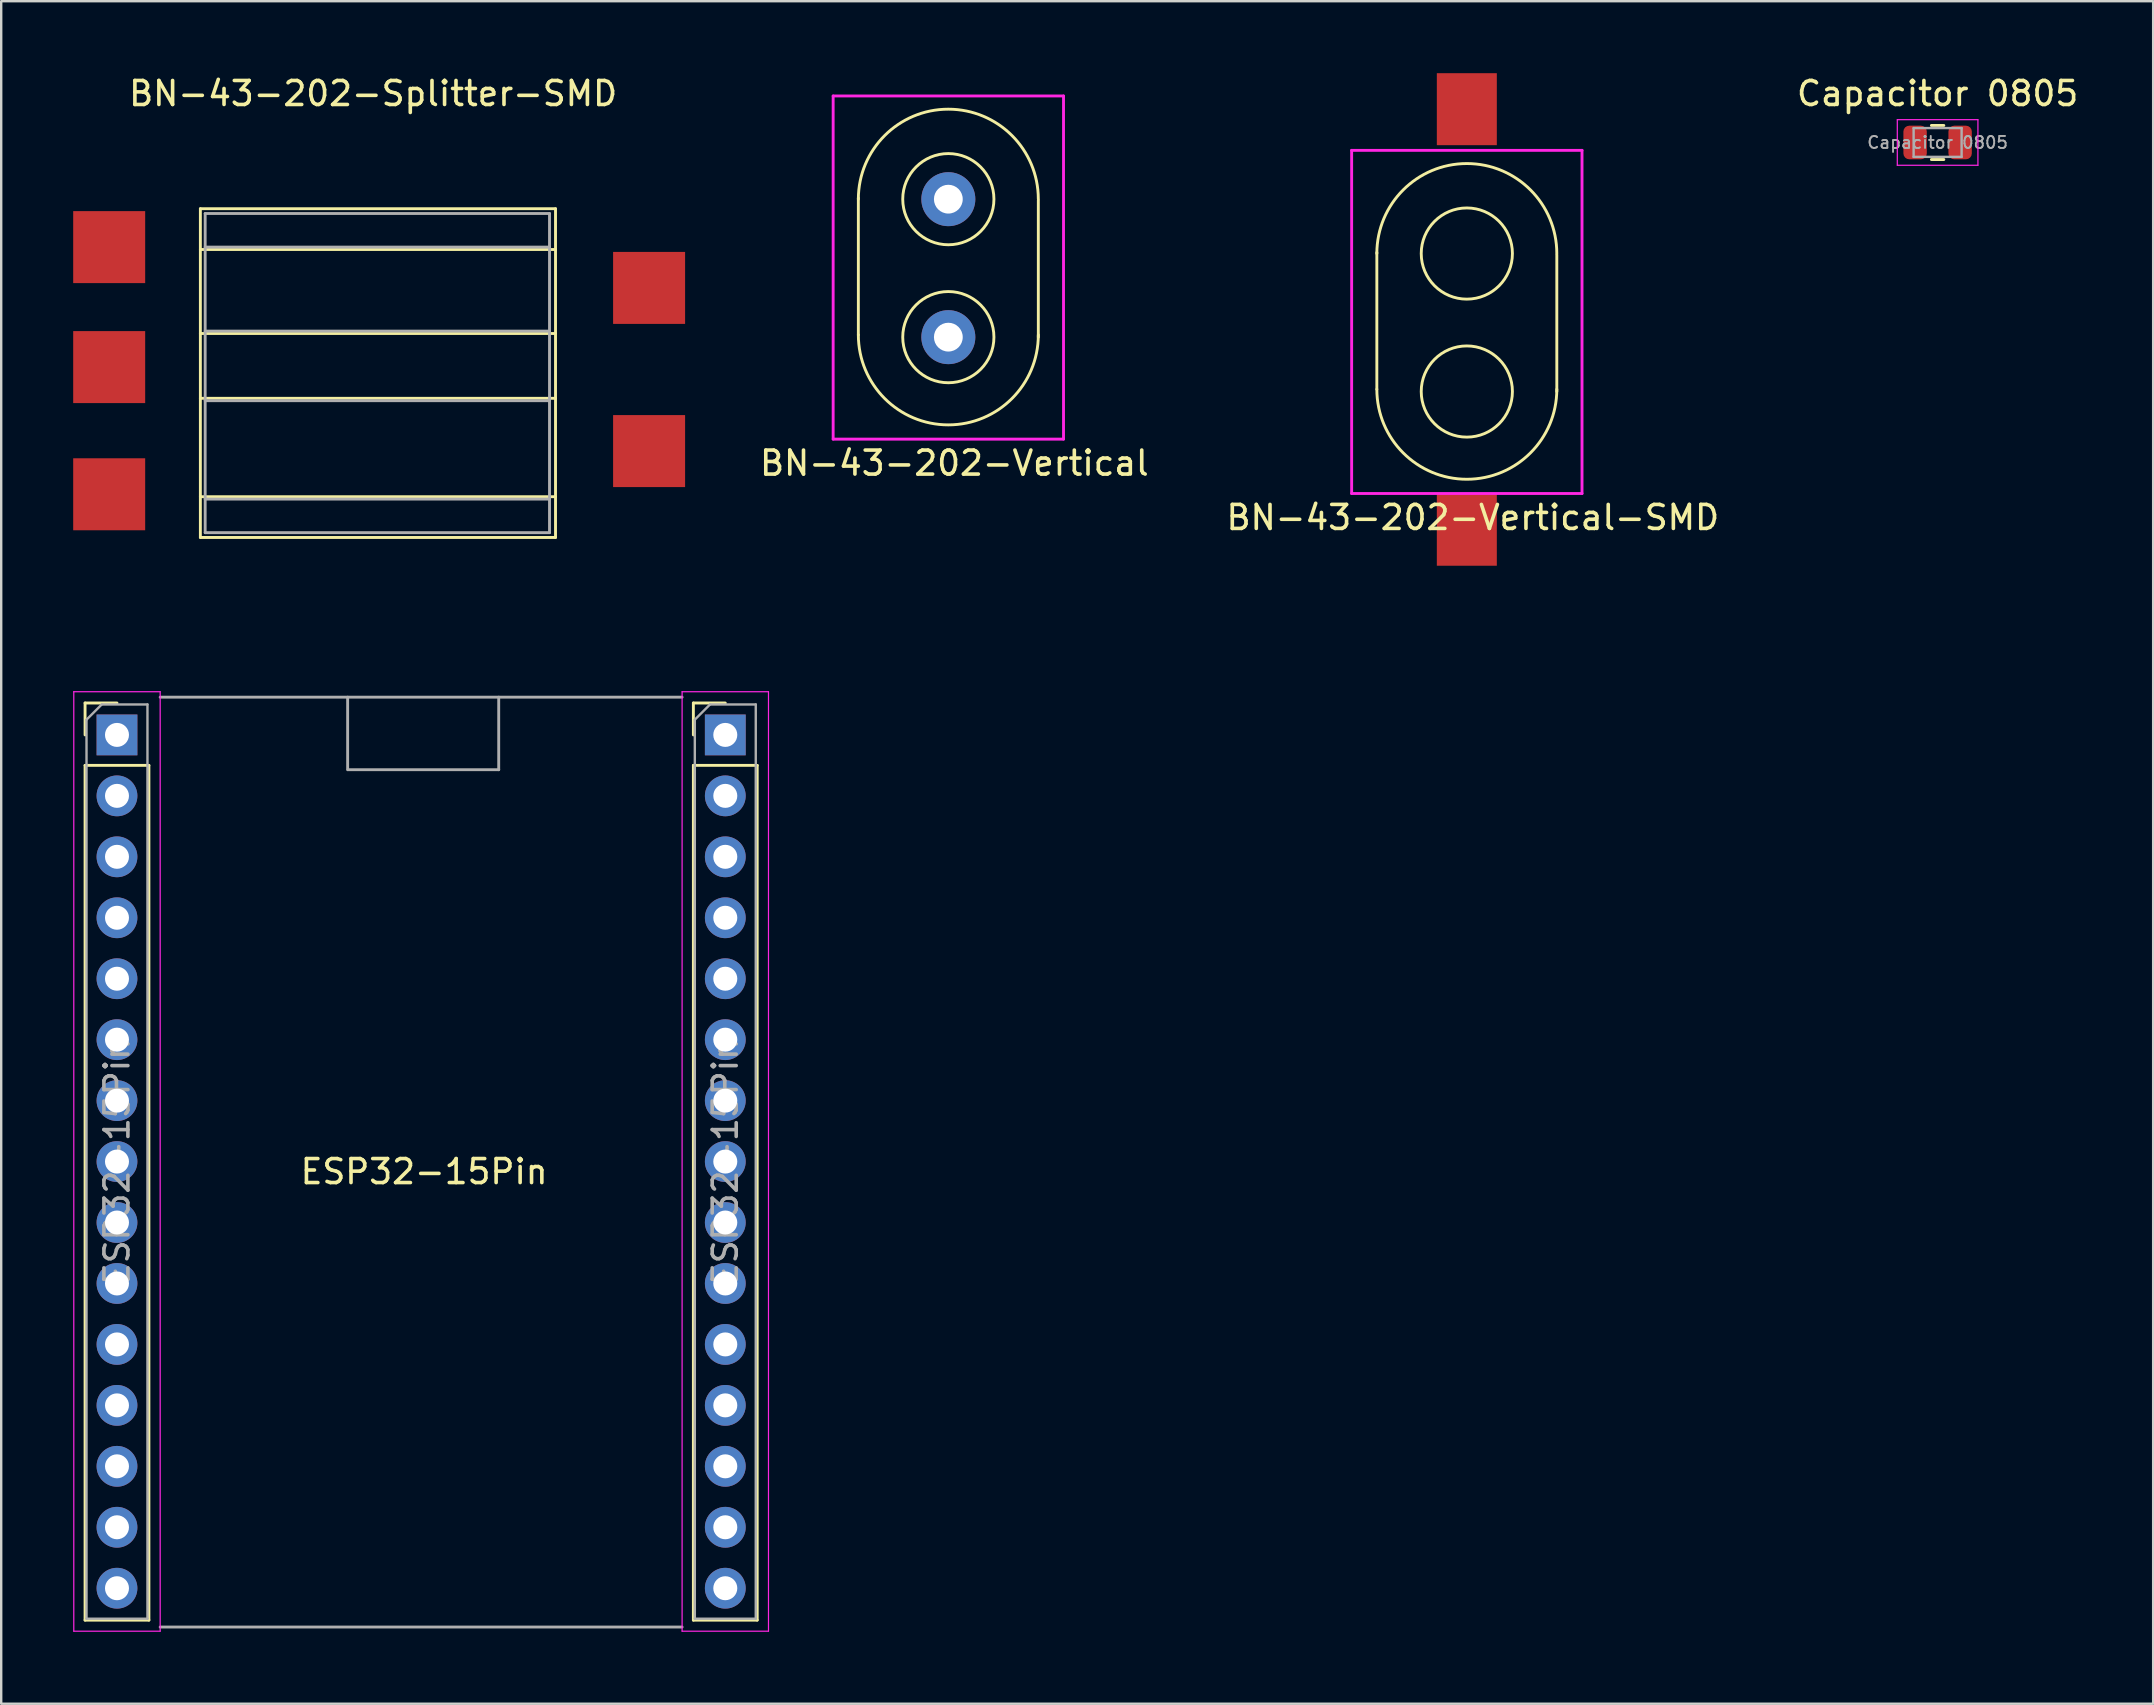
<source format=kicad_pcb>
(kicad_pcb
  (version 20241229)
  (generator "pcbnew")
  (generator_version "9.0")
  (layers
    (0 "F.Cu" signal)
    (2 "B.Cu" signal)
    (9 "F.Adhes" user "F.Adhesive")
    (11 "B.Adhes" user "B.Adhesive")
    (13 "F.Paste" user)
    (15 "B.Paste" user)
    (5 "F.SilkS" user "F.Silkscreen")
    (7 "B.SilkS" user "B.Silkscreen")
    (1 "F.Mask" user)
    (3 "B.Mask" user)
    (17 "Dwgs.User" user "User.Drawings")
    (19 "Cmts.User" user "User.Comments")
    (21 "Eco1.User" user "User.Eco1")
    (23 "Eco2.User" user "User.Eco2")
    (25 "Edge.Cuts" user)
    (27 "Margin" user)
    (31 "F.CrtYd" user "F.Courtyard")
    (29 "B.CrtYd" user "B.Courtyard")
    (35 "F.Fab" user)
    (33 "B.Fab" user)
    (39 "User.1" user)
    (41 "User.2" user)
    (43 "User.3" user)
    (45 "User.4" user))
  (footprint "BN-43-202-Splitter-SMD"
    (layer "F.Cu")
    (at 12.5 0.348)
    (property "Reference" "BN-43-202-Splitter-SMD" (at 0 0.5 0) (layer "F.SilkS") (effects (font (size 1 1) (thickness 0.15))))
    (attr through_hole)
    (fp_line (start -7.2 5.3) (end 7.6 5.3) (stroke (width 0.12) (type solid)) (layer "F.SilkS"))
    (fp_line (start -7.2 7) (end 7.6 7) (stroke (width 0.12) (type solid)) (layer "F.SilkS"))
    (fp_line (start -7.2 10.5) (end 7.6 10.5) (stroke (width 0.12) (type solid)) (layer "F.SilkS"))
    (fp_line (start -7.2 13.2) (end 7.6 13.2) (stroke (width 0.12) (type solid)) (layer "F.SilkS"))
    (fp_line (start -7.2 17.3) (end 7.6 17.3) (stroke (width 0.12) (type solid)) (layer "F.SilkS"))
    (fp_line (start -7.2 19) (end -7.2 5.3) (stroke (width 0.12) (type solid)) (layer "F.SilkS"))
    (fp_line (start 7.6 5.3) (end 7.6 19) (stroke (width 0.12) (type solid)) (layer "F.SilkS"))
    (fp_line (start 7.6 19) (end -7.2 19) (stroke (width 0.12) (type solid)) (layer "F.SilkS"))
    (fp_line (start -7 5.5) (end -7 18.8) (stroke (width 0.12) (type solid)) (layer "F.Fab"))
    (fp_line (start -7 5.5) (end 7.35 5.5) (stroke (width 0.12) (type solid)) (layer "F.Fab"))
    (fp_line (start -7 6.9) (end 7.35 6.9) (stroke (width 0.12) (type solid)) (layer "F.Fab"))
    (fp_line (start -7 10.4) (end 7.35 10.4) (stroke (width 0.12) (type solid)) (layer "F.Fab"))
    (fp_line (start -7 13.3) (end 7.35 13.3) (stroke (width 0.12) (type solid)) (layer "F.Fab"))
    (fp_line (start -7 17.4) (end 7.35 17.4) (stroke (width 0.12) (type solid)) (layer "F.Fab"))
    (fp_line (start -7 18.8) (end 7.35 18.8) (stroke (width 0.12) (type solid)) (layer "F.Fab"))
    (fp_line (start 7.35 5.5) (end 7.35 18.8) (stroke (width 0.12) (type solid)) (layer "F.Fab"))
    (pad "1" smd rect (at -11 6.9) (size 3 3) (layers "F.Cu" "F.Mask" "F.Paste"))
    (pad "2" smd rect (at -11 17.2) (size 3 3) (layers "F.Cu" "F.Mask" "F.Paste"))
    (pad "3" smd rect (at 11.5 8.6) (size 3 3) (layers "F.Cu" "F.Mask" "F.Paste"))
    (pad "4" smd rect (at -11 11.9) (size 3 3) (layers "F.Cu" "F.Mask" "F.Paste"))
    (pad "5" smd rect (at 11.5 15.4) (size 3 3) (layers "F.Cu" "F.Mask" "F.Paste")))
  (footprint "Capacitor 0805"
    (layer "F.Cu")
    (at 77.696 0.348)
    (property "Reference" "Capacitor 0805" (at 0 0.5 0) (layer "F.SilkS") (effects (font (size 1 1) (thickness 0.15))))
    (attr through_hole)
    (fp_line (start -0.259 1.83) (end 0.259 1.83) (stroke (width 0.12) (type solid)) (layer "F.SilkS"))
    (fp_line (start -0.259 3.25) (end 0.259 3.25) (stroke (width 0.12) (type solid)) (layer "F.SilkS"))
    (fp_line (start -1.68 1.59) (end 1.68 1.59) (stroke (width 0.05) (type solid)) (layer "F.CrtYd"))
    (fp_line (start -1.68 3.49) (end -1.68 1.59) (stroke (width 0.05) (type solid)) (layer "F.CrtYd"))
    (fp_line (start 1.68 1.59) (end 1.68 3.49) (stroke (width 0.05) (type solid)) (layer "F.CrtYd"))
    (fp_line (start 1.68 3.49) (end -1.68 3.49) (stroke (width 0.05) (type solid)) (layer "F.CrtYd"))
    (fp_line (start -1 1.94) (end 1 1.94) (stroke (width 0.1) (type solid)) (layer "F.Fab"))
    (fp_line (start -1 3.14) (end -1 1.94) (stroke (width 0.1) (type solid)) (layer "F.Fab"))
    (fp_line (start 1 1.94) (end 1 3.14) (stroke (width 0.1) (type solid)) (layer "F.Fab"))
    (fp_line (start 1 3.14) (end -1 3.14) (stroke (width 0.1) (type solid)) (layer "F.Fab"))
    (fp_text user "${REFERENCE}" (at 0 2.54 0) (layer "F.Fab") (effects (font (size 0.5 0.5) (thickness 0.08))))
    (pad "1" smd roundrect (at -0.938 2.54) (size 0.975 1.4) (layers "F.Cu" "F.Mask" "F.Paste") (roundrect_rratio 0.25))
    (pad "2" smd roundrect (at 0.938 2.54) (size 0.975 1.4) (layers "F.Cu" "F.Mask" "F.Paste") (roundrect_rratio 0.25)))
  (footprint "BN-43-202-Vertical"
    (layer "F.Cu")
    (at 36.47 0.25)
    (property "Reference" "BN-43-202-Vertical" (at 0.25 16 0) (layer "F.SilkS") (effects (font (size 1 1) (thickness 0.15))))
    (attr through_hole)
    (fp_line (start -3.75 4.956) (end -3.75 10.656) (stroke (width 0.12) (type solid)) (layer "F.SilkS"))
    (fp_line (start 3.75 5.05) (end 3.75 10.75) (stroke (width 0.12) (type solid)) (layer "F.SilkS"))
    (fp_arc (start -3.75 5) (mid 0 1.25) (end 3.75 5) (stroke (width 0.12) (type solid)) (layer "F.SilkS"))
    (fp_arc (start 3.75 10.656) (mid 0 14.406) (end -3.75 10.656) (stroke (width 0.12) (type solid)) (layer "F.SilkS"))
    (fp_circle (center 0 5) (end 1.9 5) (stroke (width 0.12) (type solid)) (fill no) (layer "F.SilkS"))
    (fp_circle (center 0 10.75) (end 1.9 10.75) (stroke (width 0.12) (type solid)) (fill no) (layer "F.SilkS"))
    (fp_line (start -4.8 0.7) (end 4.8 0.7) (stroke (width 0.12) (type solid)) (layer "F.CrtYd"))
    (fp_line (start -4.8 15) (end -4.8 0.7) (stroke (width 0.12) (type solid)) (layer "F.CrtYd"))
    (fp_line (start 4.8 0.7) (end 4.8 15) (stroke (width 0.12) (type solid)) (layer "F.CrtYd"))
    (fp_line (start 4.8 15) (end -4.8 15) (stroke (width 0.12) (type solid)) (layer "F.CrtYd"))
    (pad "1" thru_hole circle (at 0 5) (size 2.25 2.25) (drill 1.2) (layers "*.Cu" "*.Mask"))
    (pad "2" thru_hole circle (at 0 10.75) (size 2.25 2.25) (drill 1.2) (layers "*.Cu" "*.Mask")))
  (footprint "BN-43-202-Vertical-SMD"
    (layer "F.Cu")
    (at 58.077 2.516)
    (property "Reference" "BN-43-202-Vertical-SMD" (at 0.25 16 0) (layer "F.SilkS") (effects (font (size 1 1) (thickness 0.15))))
    (attr through_hole)
    (fp_line (start -3.75 4.956) (end -3.75 10.656) (stroke (width 0.12) (type solid)) (layer "F.SilkS"))
    (fp_line (start 3.75 5.05) (end 3.75 10.75) (stroke (width 0.12) (type solid)) (layer "F.SilkS"))
    (fp_arc (start -3.75 5) (mid 0 1.25) (end 3.75 5) (stroke (width 0.12) (type solid)) (layer "F.SilkS"))
    (fp_arc (start 3.75 10.656) (mid 0 14.406) (end -3.75 10.656) (stroke (width 0.12) (type solid)) (layer "F.SilkS"))
    (fp_circle (center 0 5) (end 1.9 5) (stroke (width 0.12) (type solid)) (fill no) (layer "F.SilkS"))
    (fp_circle (center 0 10.75) (end 1.9 10.75) (stroke (width 0.12) (type solid)) (fill no) (layer "F.SilkS"))
    (fp_line (start -4.8 0.7) (end 4.8 0.7) (stroke (width 0.12) (type solid)) (layer "F.CrtYd"))
    (fp_line (start -4.8 15) (end -4.8 0.7) (stroke (width 0.12) (type solid)) (layer "F.CrtYd"))
    (fp_line (start 4.8 0.7) (end 4.8 15) (stroke (width 0.12) (type solid)) (layer "F.CrtYd"))
    (fp_line (start 4.8 15) (end -4.8 15) (stroke (width 0.12) (type solid)) (layer "F.CrtYd"))
    (pad "1" smd rect (at 0 -1.016) (size 2.5 3) (layers "F.Cu" "F.Mask" "F.Paste"))
    (pad "2" smd rect (at 0 16.51) (size 2.5 3) (layers "F.Cu" "F.Mask" "F.Paste")))
  (footprint "ESP32-15Pin"
    (layer "F.Cu")
    (at 14.625 23.776)
    (property "Reference" "ESP32-15Pin" (at 0 22 0) (layer "F.SilkS") (effects (font (size 1 1) (thickness 0.15))))
    (attr through_hole)
    (fp_line (start -14.13 2.47) (end -12.8 2.47) (stroke (width 0.12) (type solid)) (layer "F.SilkS"))
    (fp_line (start -14.13 3.8) (end -14.13 2.47) (stroke (width 0.12) (type solid)) (layer "F.SilkS"))
    (fp_line (start -14.13 5.07) (end -14.13 40.69) (stroke (width 0.12) (type solid)) (layer "F.SilkS"))
    (fp_line (start -14.13 5.07) (end -11.47 5.07) (stroke (width 0.12) (type solid)) (layer "F.SilkS"))
    (fp_line (start -14.13 40.69) (end -11.47 40.69) (stroke (width 0.12) (type solid)) (layer "F.SilkS"))
    (fp_line (start -11.47 5.07) (end -11.47 40.69) (stroke (width 0.12) (type solid)) (layer "F.SilkS"))
    (fp_line (start 11.22 2.47) (end 12.55 2.47) (stroke (width 0.12) (type solid)) (layer "F.SilkS"))
    (fp_line (start 11.22 3.8) (end 11.22 2.47) (stroke (width 0.12) (type solid)) (layer "F.SilkS"))
    (fp_line (start 11.22 5.07) (end 11.22 40.69) (stroke (width 0.12) (type solid)) (layer "F.SilkS"))
    (fp_line (start 11.22 5.07) (end 13.88 5.07) (stroke (width 0.12) (type solid)) (layer "F.SilkS"))
    (fp_line (start 11.22 40.69) (end 13.88 40.69) (stroke (width 0.12) (type solid)) (layer "F.SilkS"))
    (fp_line (start 13.88 5.07) (end 13.88 40.69) (stroke (width 0.12) (type solid)) (layer "F.SilkS"))
    (fp_line (start -14.6 2) (end -14.6 41.15) (stroke (width 0.05) (type solid)) (layer "F.CrtYd"))
    (fp_line (start -14.6 41.15) (end -11 41.15) (stroke (width 0.05) (type solid)) (layer "F.CrtYd"))
    (fp_line (start -11 2) (end -14.6 2) (stroke (width 0.05) (type solid)) (layer "F.CrtYd"))
    (fp_line (start -11 41.15) (end -11 2) (stroke (width 0.05) (type solid)) (layer "F.CrtYd"))
    (fp_line (start 10.75 2) (end 10.75 41.15) (stroke (width 0.05) (type solid)) (layer "F.CrtYd"))
    (fp_line (start 10.75 41.15) (end 14.35 41.15) (stroke (width 0.05) (type solid)) (layer "F.CrtYd"))
    (fp_line (start 14.35 2) (end 10.75 2) (stroke (width 0.05) (type solid)) (layer "F.CrtYd"))
    (fp_line (start 14.35 41.15) (end 14.35 2) (stroke (width 0.05) (type solid)) (layer "F.CrtYd"))
    (fp_line (start -14.07 3.165) (end -13.435 2.53) (stroke (width 0.1) (type solid)) (layer "F.Fab"))
    (fp_line (start -14.07 40.63) (end -14.07 3.165) (stroke (width 0.1) (type solid)) (layer "F.Fab"))
    (fp_line (start -13.435 2.53) (end -11.53 2.53) (stroke (width 0.1) (type solid)) (layer "F.Fab"))
    (fp_line (start -11.53 2.53) (end -11.53 40.63) (stroke (width 0.1) (type solid)) (layer "F.Fab"))
    (fp_line (start -11.53 40.63) (end -14.07 40.63) (stroke (width 0.1) (type solid)) (layer "F.Fab"))
    (fp_line (start -11 2.228) (end 10.75 2.228) (stroke (width 0.12) (type solid)) (layer "F.Fab"))
    (fp_line (start -11 40.978) (end 10.75 40.978) (stroke (width 0.12) (type solid)) (layer "F.Fab"))
    (fp_line (start -3.188 5.25) (end -3.188 2.228) (stroke (width 0.12) (type solid)) (layer "F.Fab"))
    (fp_line (start 3.108 2.228) (end 3.108 5.25) (stroke (width 0.12) (type solid)) (layer "F.Fab"))
    (fp_line (start 3.108 5.25) (end -3.172 5.25) (stroke (width 0.12) (type solid)) (layer "F.Fab"))
    (fp_line (start 11.28 3.165) (end 11.915 2.53) (stroke (width 0.1) (type solid)) (layer "F.Fab"))
    (fp_line (start 11.28 40.63) (end 11.28 3.165) (stroke (width 0.1) (type solid)) (layer "F.Fab"))
    (fp_line (start 11.915 2.53) (end 13.82 2.53) (stroke (width 0.1) (type solid)) (layer "F.Fab"))
    (fp_line (start 13.82 2.53) (end 13.82 40.63) (stroke (width 0.1) (type solid)) (layer "F.Fab"))
    (fp_line (start 13.82 40.63) (end 11.28 40.63) (stroke (width 0.1) (type solid)) (layer "F.Fab"))
    (fp_text user "${REFERENCE}" (at 12.55 21.58 90) (layer "F.Fab") (effects (font (size 1 1) (thickness 0.15))))
    (fp_text user "${REFERENCE}" (at -12.8 21.58 90) (layer "F.Fab") (effects (font (size 1 1) (thickness 0.15))))
    (pad "1" thru_hole rect (at -12.8 3.8) (size 1.7 1.7) (drill 1) (layers "*.Cu" "*.Mask"))
    (pad "2" thru_hole oval (at 12.55 39.36) (size 1.7 1.7) (drill 1) (layers "*.Cu" "*.Mask"))
    (pad "3" thru_hole oval (at 12.55 36.82) (size 1.7 1.7) (drill 1) (layers "*.Cu" "*.Mask"))
    (pad "4" thru_hole oval (at 12.55 34.28) (size 1.7 1.7) (drill 1) (layers "*.Cu" "*.Mask"))
    (pad "5" thru_hole oval (at 12.55 31.74) (size 1.7 1.7) (drill 1) (layers "*.Cu" "*.Mask"))
    (pad "6" thru_hole oval (at 12.55 29.2) (size 1.7 1.7) (drill 1) (layers "*.Cu" "*.Mask"))
    (pad "7" thru_hole oval (at 12.55 26.66) (size 1.7 1.7) (drill 1) (layers "*.Cu" "*.Mask"))
    (pad "8" thru_hole oval (at 12.55 24.12) (size 1.7 1.7) (drill 1) (layers "*.Cu" "*.Mask"))
    (pad "9" thru_hole oval (at 12.55 21.58) (size 1.7 1.7) (drill 1) (layers "*.Cu" "*.Mask"))
    (pad "10" thru_hole oval (at 12.55 19.04) (size 1.7 1.7) (drill 1) (layers "*.Cu" "*.Mask"))
    (pad "11" thru_hole oval (at 12.55 16.5) (size 1.7 1.7) (drill 1) (layers "*.Cu" "*.Mask"))
    (pad "12" thru_hole oval (at 12.55 13.96) (size 1.7 1.7) (drill 1) (layers "*.Cu" "*.Mask"))
    (pad "13" thru_hole oval (at 12.55 11.42) (size 1.7 1.7) (drill 1) (layers "*.Cu" "*.Mask"))
    (pad "14" thru_hole oval (at -12.8 6.34) (size 1.7 1.7) (drill 1) (layers "*.Cu" "*.Mask"))
    (pad "14" thru_hole oval (at 12.55 6.34) (size 1.7 1.7) (drill 1) (layers "*.Cu" "*.Mask"))
    (pad "15" thru_hole oval (at 12.55 8.88) (size 1.7 1.7) (drill 1) (layers "*.Cu" "*.Mask"))
    (pad "19" thru_hole rect (at 12.55 3.8) (size 1.7 1.7) (drill 1) (layers "*.Cu" "*.Mask"))
    (pad "21" thru_hole oval (at -12.8 39.36) (size 1.7 1.7) (drill 1) (layers "*.Cu" "*.Mask"))
    (pad "22" thru_hole oval (at -12.8 36.82) (size 1.7 1.7) (drill 1) (layers "*.Cu" "*.Mask"))
    (pad "23" thru_hole oval (at -12.8 34.28) (size 1.7 1.7) (drill 1) (layers "*.Cu" "*.Mask"))
    (pad "24" thru_hole oval (at -12.8 31.74) (size 1.7 1.7) (drill 1) (layers "*.Cu" "*.Mask"))
    (pad "25" thru_hole oval (at -12.8 29.2) (size 1.7 1.7) (drill 1) (layers "*.Cu" "*.Mask"))
    (pad "27" thru_hole oval (at -12.8 26.66) (size 1.7 1.7) (drill 1) (layers "*.Cu" "*.Mask"))
    (pad "28" thru_hole oval (at -12.8 24.12) (size 1.7 1.7) (drill 1) (layers "*.Cu" "*.Mask"))
    (pad "29" thru_hole oval (at -12.8 21.58) (size 1.7 1.7) (drill 1) (layers "*.Cu" "*.Mask"))
    (pad "30" thru_hole oval (at -12.8 19.04) (size 1.7 1.7) (drill 1) (layers "*.Cu" "*.Mask"))
    (pad "31" thru_hole oval (at -12.8 16.5) (size 1.7 1.7) (drill 1) (layers "*.Cu" "*.Mask"))
    (pad "32" thru_hole oval (at -12.8 13.96) (size 1.7 1.7) (drill 1) (layers "*.Cu" "*.Mask"))
    (pad "34" thru_hole oval (at -12.8 11.42) (size 1.7 1.7) (drill 1) (layers "*.Cu" "*.Mask"))
    (pad "35" thru_hole oval (at -12.8 8.88) (size 1.7 1.7) (drill 1) (layers "*.Cu" "*.Mask")))
  (gr_rect
    (start -3 -3)
    (end 86.679 67.951)
    (stroke (width 0.1) (type default))
    (fill no)
    (layer "Edge.Cuts")))
</source>
